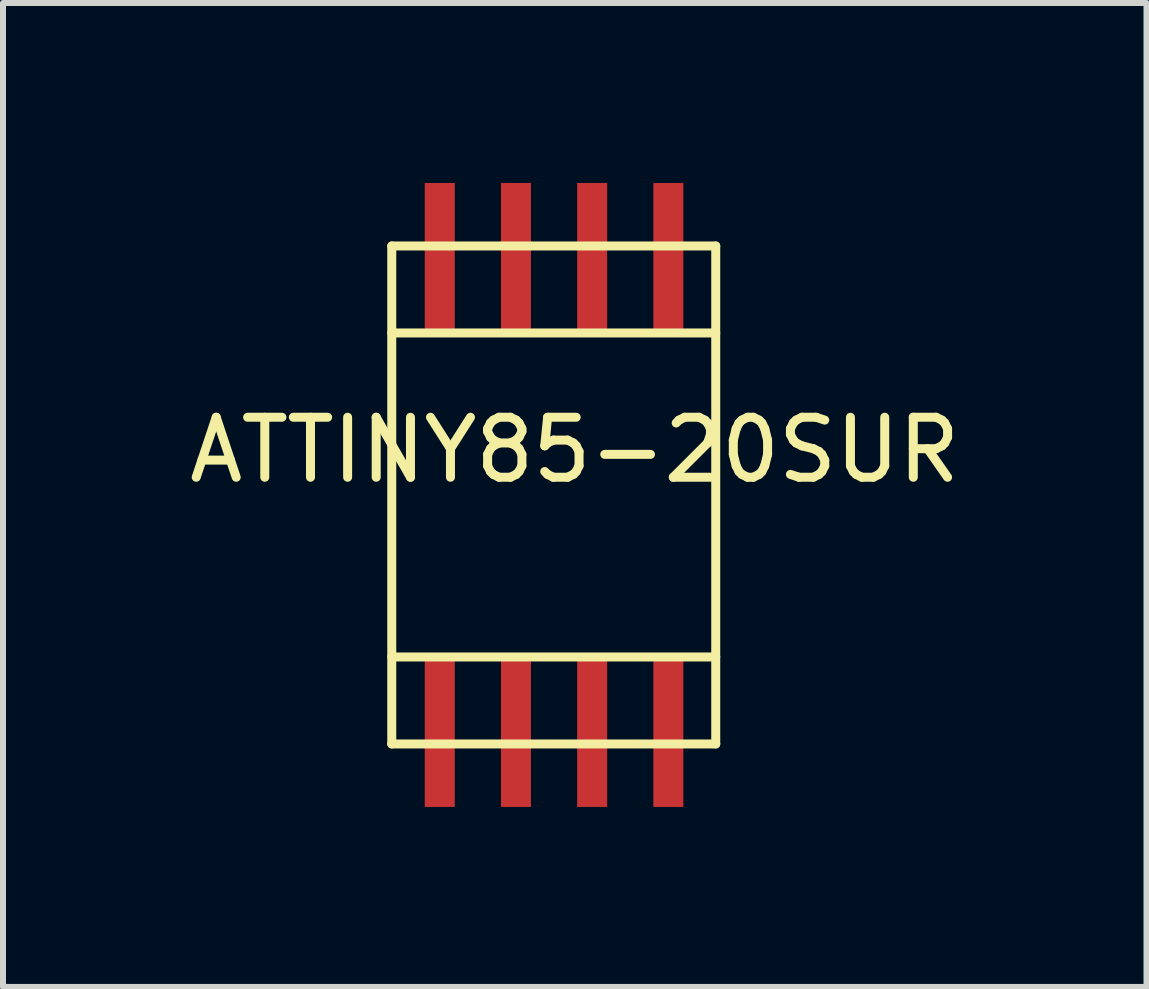
<source format=kicad_pcb>
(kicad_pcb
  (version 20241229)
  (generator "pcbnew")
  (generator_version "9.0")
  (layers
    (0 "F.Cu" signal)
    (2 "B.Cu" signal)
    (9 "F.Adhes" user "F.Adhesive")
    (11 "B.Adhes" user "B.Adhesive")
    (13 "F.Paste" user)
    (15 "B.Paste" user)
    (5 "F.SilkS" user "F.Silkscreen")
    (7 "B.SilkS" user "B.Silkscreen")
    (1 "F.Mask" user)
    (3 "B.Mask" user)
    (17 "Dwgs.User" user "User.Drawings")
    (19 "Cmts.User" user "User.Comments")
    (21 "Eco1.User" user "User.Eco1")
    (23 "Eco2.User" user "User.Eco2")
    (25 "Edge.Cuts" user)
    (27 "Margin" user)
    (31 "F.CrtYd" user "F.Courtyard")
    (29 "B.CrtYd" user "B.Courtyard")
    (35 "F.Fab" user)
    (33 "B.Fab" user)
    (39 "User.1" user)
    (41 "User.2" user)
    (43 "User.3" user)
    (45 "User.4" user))
  (footprint "ATTINY85-20SUR"
    (layer "F.Cu")
    (at 6.18 5.2)
    (property "Reference" "ATTINY85-20SUR" (at 0.35 -0.75 0) (layer "F.SilkS") (effects (font (size 1 1) (thickness 0.15))))
    (attr through_hole)
    (fp_line (start -2.7 -4.15) (end 2.7 -4.15) (stroke (width 0.15) (type solid)) (layer "F.SilkS"))
    (fp_line (start -2.7 -2.7) (end 2.7 -2.7) (stroke (width 0.15) (type solid)) (layer "F.SilkS"))
    (fp_line (start -2.7 2.7) (end 2.7 2.7) (stroke (width 0.15) (type solid)) (layer "F.SilkS"))
    (fp_line (start -2.7 4.15) (end -2.7 -4.15) (stroke (width 0.15) (type solid)) (layer "F.SilkS"))
    (fp_line (start -2.7 4.15) (end 2.7 4.15) (stroke (width 0.15) (type solid)) (layer "F.SilkS"))
    (fp_line (start 2.7 4.15) (end 2.7 -4.15) (stroke (width 0.15) (type solid)) (layer "F.SilkS"))
    (pad "1" smd rect (at 1.91 -3.95) (size 0.5 2.5) (layers "F.Cu" "F.Mask" "F.Paste"))
    (pad "2" smd rect (at 0.64 -3.95) (size 0.5 2.5) (layers "F.Cu" "F.Mask" "F.Paste"))
    (pad "3" smd rect (at -0.63 -3.95) (size 0.5 2.5) (layers "F.Cu" "F.Mask" "F.Paste"))
    (pad "4" smd rect (at -1.9 -3.95) (size 0.5 2.5) (layers "F.Cu" "F.Mask" "F.Paste"))
    (pad "5" smd rect (at -1.9 3.95) (size 0.5 2.5) (layers "F.Cu" "F.Mask" "F.Paste"))
    (pad "6" smd rect (at -0.63 3.95) (size 0.5 2.5) (layers "F.Cu" "F.Mask" "F.Paste"))
    (pad "7" smd rect (at 0.64 3.95) (size 0.5 2.5) (layers "F.Cu" "F.Mask" "F.Paste"))
    (pad "8" smd rect (at 1.91 3.95) (size 0.5 2.5) (layers "F.Cu" "F.Mask" "F.Paste")))
  (gr_rect
    (start -3 -3)
    (end 16.06 13.4)
    (stroke (width 0.1) (type default))
    (fill no)
    (layer "Edge.Cuts")))
</source>
